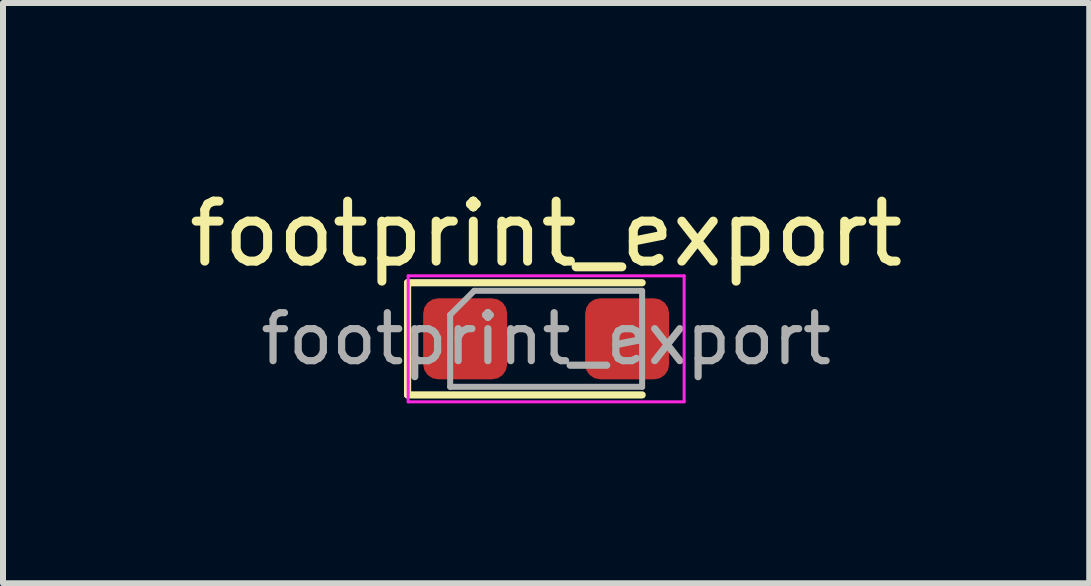
<source format=kicad_pcb>
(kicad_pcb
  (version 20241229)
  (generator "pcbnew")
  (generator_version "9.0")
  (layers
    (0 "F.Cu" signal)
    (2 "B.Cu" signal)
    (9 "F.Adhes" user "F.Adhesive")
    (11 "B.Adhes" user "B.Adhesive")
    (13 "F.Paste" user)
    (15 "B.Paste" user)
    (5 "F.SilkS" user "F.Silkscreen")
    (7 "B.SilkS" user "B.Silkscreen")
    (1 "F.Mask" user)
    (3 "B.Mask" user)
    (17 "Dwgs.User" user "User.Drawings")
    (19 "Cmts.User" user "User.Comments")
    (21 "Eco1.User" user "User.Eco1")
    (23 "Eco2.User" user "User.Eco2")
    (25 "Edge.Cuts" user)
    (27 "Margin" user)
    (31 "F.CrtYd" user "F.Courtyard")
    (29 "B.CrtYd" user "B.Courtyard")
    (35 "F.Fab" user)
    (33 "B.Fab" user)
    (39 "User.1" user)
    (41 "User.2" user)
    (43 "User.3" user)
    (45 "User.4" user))
  (footprint "footprint_export"
    (layer "F.Cu")
    (at 6.054 2.598)
    (property "Reference" "footprint_export" (at 0 -1.75 0) (layer "F.SilkS") (effects (font (size 1 1) (thickness 0.15))))
    (attr smd)
    (fp_line (start -2.31 -0.935) (end -2.31 0.935) (stroke (width 0.12) (type solid)) (layer "F.SilkS"))
    (fp_line (start -2.31 0.935) (end 1.6 0.935) (stroke (width 0.12) (type solid)) (layer "F.SilkS"))
    (fp_line (start 1.6 -0.935) (end -2.31 -0.935) (stroke (width 0.12) (type solid)) (layer "F.SilkS"))
    (fp_line (start -2.3 -1.05) (end 2.3 -1.05) (stroke (width 0.05) (type solid)) (layer "F.CrtYd"))
    (fp_line (start -2.3 1.05) (end -2.3 -1.05) (stroke (width 0.05) (type solid)) (layer "F.CrtYd"))
    (fp_line (start 2.3 -1.05) (end 2.3 1.05) (stroke (width 0.05) (type solid)) (layer "F.CrtYd"))
    (fp_line (start 2.3 1.05) (end -2.3 1.05) (stroke (width 0.05) (type solid)) (layer "F.CrtYd"))
    (fp_line (start -1.6 -0.4) (end -1.6 0.8) (stroke (width 0.1) (type solid)) (layer "F.Fab"))
    (fp_line (start -1.6 0.8) (end 1.6 0.8) (stroke (width 0.1) (type solid)) (layer "F.Fab"))
    (fp_line (start -1.2 -0.8) (end -1.6 -0.4) (stroke (width 0.1) (type solid)) (layer "F.Fab"))
    (fp_line (start 1.6 -0.8) (end -1.2 -0.8) (stroke (width 0.1) (type solid)) (layer "F.Fab"))
    (fp_line (start 1.6 0.8) (end 1.6 -0.8) (stroke (width 0.1) (type solid)) (layer "F.Fab"))
    (fp_text user "${REFERENCE}" (at 0 0 0) (layer "F.Fab") (effects (font (size 0.8 0.8) (thickness 0.12))))
    (pad "1" smd roundrect (at -1.35 0) (size 1.4 1.35) (layers "F.Cu" "F.Mask" "F.Paste") (roundrect_rratio 0.185))
    (pad "2" smd roundrect (at 1.35 0) (size 1.4 1.35) (layers "F.Cu" "F.Mask" "F.Paste") (roundrect_rratio 0.185)))
  (gr_rect
    (start -3 -3)
    (end 15.107 6.673)
    (stroke (width 0.1) (type default))
    (fill no)
    (layer "Edge.Cuts")))
</source>
